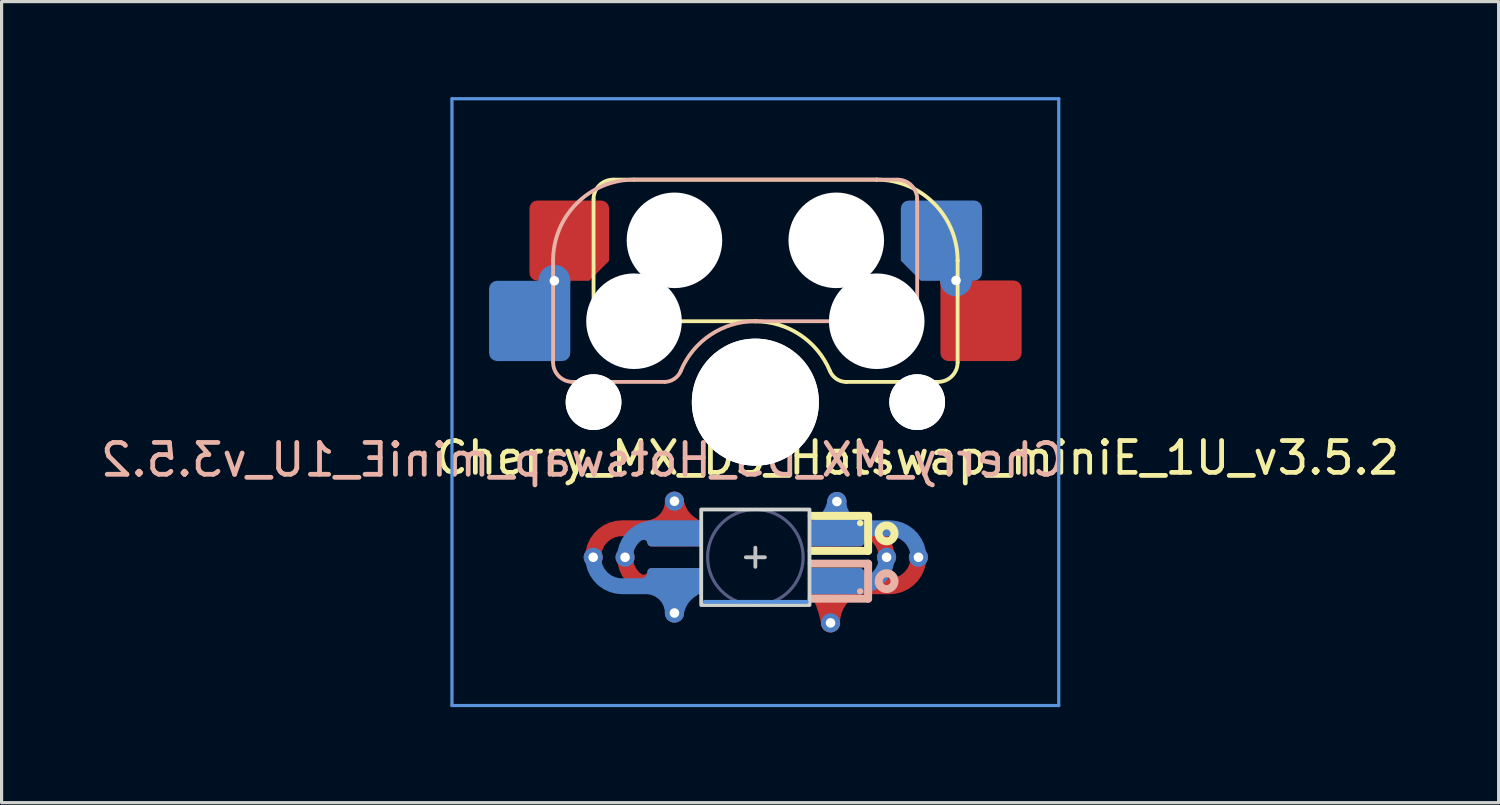
<source format=kicad_pcb>
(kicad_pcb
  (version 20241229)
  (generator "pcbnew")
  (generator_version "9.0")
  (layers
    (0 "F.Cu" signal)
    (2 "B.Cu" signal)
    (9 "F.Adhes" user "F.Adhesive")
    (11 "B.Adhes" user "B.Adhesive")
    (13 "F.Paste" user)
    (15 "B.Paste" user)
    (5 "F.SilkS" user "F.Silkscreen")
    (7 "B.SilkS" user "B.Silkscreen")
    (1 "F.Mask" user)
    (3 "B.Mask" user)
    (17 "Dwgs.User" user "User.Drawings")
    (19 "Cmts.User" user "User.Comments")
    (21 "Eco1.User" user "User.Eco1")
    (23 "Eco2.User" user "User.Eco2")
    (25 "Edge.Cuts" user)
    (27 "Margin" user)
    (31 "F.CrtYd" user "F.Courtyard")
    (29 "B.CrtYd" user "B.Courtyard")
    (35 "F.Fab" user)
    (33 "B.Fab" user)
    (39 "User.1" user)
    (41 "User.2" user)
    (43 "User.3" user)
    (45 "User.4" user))
  (footprint "Cherry_MX_DS_Hotswap_miniE_1U_v3.5.2"
    (layer "F.Cu")
    (at 20.664 9.575)
    (property "Reference" "Cherry_MX_DS_Hotswap_miniE_1U_v3.5.2" (at -5.42 1.81 0) (layer "B.SilkS") (effects (font (size 1 1) (thickness 0.15)) (justify mirror)))
    (attr through_hole)
    (fp_line (start -5.08 -6.36) (end -5.08 -2.54) (stroke (width 0.12) (type solid)) (layer "F.SilkS"))
    (fp_line (start -5.08 -2.54) (end -5.08 -2.54) (stroke (width 0.12) (type solid)) (layer "F.SilkS"))
    (fp_line (start -5.08 -2.54) (end -5.08 -2.54) (stroke (width 0.12) (type solid)) (layer "F.SilkS"))
    (fp_line (start -4.46 -6.985) (end 3.81 -6.985) (stroke (width 0.12) (type solid)) (layer "F.SilkS"))
    (fp_line (start 0 -2.54) (end -5.08 -2.54) (stroke (width 0.12) (type solid)) (layer "F.SilkS"))
    (fp_line (start 0 -2.54) (end 0 -2.54) (stroke (width 0.12) (type solid)) (layer "F.SilkS"))
    (fp_line (start 1.77 3.57) (end 3.54 3.57) (stroke (width 0.25) (type solid)) (layer "F.SilkS"))
    (fp_line (start 1.77 4.67) (end 3.54 4.67) (stroke (width 0.25) (type solid)) (layer "F.SilkS"))
    (fp_line (start 2.86 -0.635) (end 5.72 -0.635) (stroke (width 0.12) (type solid)) (layer "F.SilkS"))
    (fp_line (start 3.54 3.57) (end 3.54 4.67) (stroke (width 0.25) (type solid)) (layer "F.SilkS"))
    (fp_line (start 3.81 -6.985) (end 3.81 -6.985) (stroke (width 0.12) (type solid)) (layer "F.SilkS"))
    (fp_line (start 6.35 -4.445) (end 6.35 -4.445) (stroke (width 0.12) (type solid)) (layer "F.SilkS"))
    (fp_line (start 6.35 -1.25) (end 6.35 -4.445) (stroke (width 0.12) (type solid)) (layer "F.SilkS"))
    (fp_arc (start -5.08 -6.37) (mid -4.899871 -6.804871) (end -4.465 -6.985) (stroke (width 0.12) (type default)) (layer "F.SilkS"))
    (fp_arc (start 0 -2.536928) (mid 1.405313 -2.11213) (end 2.34 -0.98) (stroke (width 0.12) (type solid)) (layer "F.SilkS"))
    (fp_arc (start 2.859999 -0.633863) (mid 2.547381 -0.727883) (end 2.34 -0.98) (stroke (width 0.12) (type default)) (layer "F.SilkS"))
    (fp_arc (start 3.81 -6.985) (mid 5.606051 -6.241051) (end 6.35 -4.445) (stroke (width 0.12) (type solid)) (layer "F.SilkS"))
    (fp_arc (start 6.350129 -1.25) (mid 6.169985 -0.815144) (end 5.735129 -0.635) (stroke (width 0.12) (type default)) (layer "F.SilkS"))
    (fp_circle (center 3.29 3.798) (end 3.39 3.798) (stroke (width 0) (type solid)) (fill yes) (layer "F.SilkS"))
    (fp_circle (center 4.12 4.12) (end 4.37 4.12) (stroke (width 0.25) (type default)) (fill no) (layer "F.SilkS"))
    (fp_line (start -6.35 -4.445) (end -6.35 -4.445) (stroke (width 0.12) (type solid)) (layer "B.SilkS"))
    (fp_line (start -6.35 -4.445) (end -6.35 -1.26) (stroke (width 0.12) (type solid)) (layer "B.SilkS"))
    (fp_line (start -5.73 -0.635) (end -2.84 -0.635) (stroke (width 0.12) (type solid)) (layer "B.SilkS"))
    (fp_line (start -3.81 -6.985) (end -3.81 -6.985) (stroke (width 0.12) (type solid)) (layer "B.SilkS"))
    (fp_line (start -3.81 -6.985) (end 4.46 -6.985) (stroke (width 0.12) (type solid)) (layer "B.SilkS"))
    (fp_line (start 0 -2.54) (end 0 -2.54) (stroke (width 0.12) (type solid)) (layer "B.SilkS"))
    (fp_line (start 0 -2.54) (end 5.08 -2.54) (stroke (width 0.12) (type solid)) (layer "B.SilkS"))
    (fp_line (start 1.77 5.07) (end 3.54 5.07) (stroke (width 0.25) (type solid)) (layer "B.SilkS"))
    (fp_line (start 1.77 6.17) (end 3.54 6.17) (stroke (width 0.25) (type solid)) (layer "B.SilkS"))
    (fp_line (start 3.54 6.17) (end 3.54 5.07) (stroke (width 0.25) (type solid)) (layer "B.SilkS"))
    (fp_line (start 5.08 -6.37) (end 5.08 -2.54) (stroke (width 0.12) (type solid)) (layer "B.SilkS"))
    (fp_line (start 5.08 -2.54) (end 5.08 -2.54) (stroke (width 0.12) (type solid)) (layer "B.SilkS"))
    (fp_line (start 5.08 -2.54) (end 5.08 -2.54) (stroke (width 0.12) (type solid)) (layer "B.SilkS"))
    (fp_arc (start -6.35 -4.445) (mid -5.606051 -6.241051) (end -3.81 -6.985) (stroke (width 0.12) (type solid)) (layer "B.SilkS"))
    (fp_arc (start -5.735 -0.635) (mid -6.169871 -0.815129) (end -6.35 -1.25) (stroke (width 0.12) (type default)) (layer "B.SilkS"))
    (fp_arc (start -2.34 -0.983072) (mid -1.405313 -2.115202) (end 0 -2.54) (stroke (width 0.12) (type solid)) (layer "B.SilkS"))
    (fp_arc (start -2.34 -0.980845) (mid -2.539137 -0.734326) (end -2.840072 -0.635) (stroke (width 0.12) (type default)) (layer "B.SilkS"))
    (fp_arc (start 4.465129 -6.985) (mid 4.899999 -6.80487) (end 5.080129 -6.37) (stroke (width 0.12) (type default)) (layer "B.SilkS"))
    (fp_circle (center 3.29 5.942) (end 3.39 5.942) (stroke (width 0) (type solid)) (fill yes) (layer "B.SilkS"))
    (fp_circle (center 4.12 5.62) (end 4.37 5.62) (stroke (width 0.25) (type default)) (fill no) (layer "B.SilkS"))
    (fp_line (start -0.3 4.87) (end 0.3 4.87) (stroke (width 0.12) (type solid)) (layer "Dwgs.User"))
    (fp_line (start 0 4.57) (end 0 5.17) (stroke (width 0.12) (type solid)) (layer "Dwgs.User"))
    (fp_line (start -9.525 -9.525) (end -9.525 9.525) (stroke (width 0.1) (type solid)) (layer "Cmts.User"))
    (fp_line (start 1.61 6.27) (end -1.59 6.27) (stroke (width 0.12) (type solid)) (layer "Cmts.User"))
    (fp_line (start 9.525 -9.525) (end -9.525 -9.525) (stroke (width 0.1) (type solid)) (layer "Cmts.User"))
    (fp_line (start 9.525 -9.525) (end 9.525 9.525) (stroke (width 0.1) (type solid)) (layer "Cmts.User"))
    (fp_line (start 9.525 9.525) (end -9.525 9.525) (stroke (width 0.1) (type solid)) (layer "Cmts.User"))
    (fp_rect (start -1.7 3.37) (end 1.7 6.37) (stroke (width 0.12) (type default)) (fill no) (layer "Edge.Cuts"))
    (fp_circle (center 0 4.87) (end 0 6.37) (stroke (width 0.1) (type solid)) (fill no) (layer "B.Fab"))
    (fp_rect (start 7 -7) (end -7 7) (stroke (width 0.12) (type default)) (fill no) (layer "User.4"))
    (fp_text user "${REFERENCE}" (at 5.09 1.75 0) (layer "F.SilkS") (effects (font (size 1 1) (thickness 0.15))))
    (pad "" np_thru_hole circle (at -5.08 0) (size 1.75 1.75) (drill 1.75) (layers "*.Cu" "*.Mask"))
    (pad "" np_thru_hole circle (at -5.08 0) (size 1.75 1.75) (drill 1.75) (layers "*.Cu" "*.Mask"))
    (pad "" np_thru_hole circle (at -3.81 -2.54) (size 3 3) (drill 3) (layers "*.Cu" "*.Mask"))
    (pad "" np_thru_hole circle (at -2.54 -5.08) (size 3 3) (drill 3) (layers "*.Cu" "*.Mask"))
    (pad "" np_thru_hole circle (at 0 0) (size 3.988 3.988) (drill 3.988) (layers "*.Cu" "*.Mask"))
    (pad "" np_thru_hole circle (at 0 0) (size 3.988 3.988) (drill 3.988) (layers "*.Cu" "*.Mask"))
    (pad "" np_thru_hole circle (at 2.54 -5.08) (size 3 3) (drill 3) (layers "*.Cu" "*.Mask"))
    (pad "" np_thru_hole circle (at 3.81 -2.54) (size 3 3) (drill 3) (layers "*.Cu" "*.Mask"))
    (pad "" np_thru_hole circle (at 5.08 0) (size 1.75 1.75) (drill 1.75) (layers "*.Cu" "*.Mask"))
    (pad "" np_thru_hole circle (at 5.08 0) (size 1.75 1.75) (drill 1.75) (layers "*.Cu" "*.Mask"))
    (pad "1" thru_hole circle (at -4.09 4.87) (size 0.6 0.6) (drill 0.3) (layers "*.Cu"))
    (pad "1" smd custom (at -2.54 4.12 180) (size 0.82 0.82) (layers "B.Cu" "B.Mask" "B.Paste") (options (anchor circle)) (primitives (gr_poly (pts (xy -0.85 -0.41) (xy 0.727 -0.41) (xy 0.774 -0.401) (xy 0.814 -0.374) (xy 0.841 -0.334) (xy 0.85 -0.287) (xy 0.85 0.287) (xy 0.841 0.334) (xy 0.814 0.374) (xy 0.774 0.401) (xy 0.727 0.41) (xy -0.85 0.41)) (width 0) (fill yes)) (gr_arc (start 1.088917 -0.176284) (mid 0.899992 -0.139997) (end 0.778482 -0.289144) (width 0.15)) (gr_arc (start 1.55 -0.750001) (mid 1.283467 -0.106534) (end 0.64 0.159999) (width 0.5))))
    (pad "1" smd custom (at -2.54 5.62) (size 0.82 0.82) (layers "F.Cu" "F.Mask" "F.Paste") (options (anchor circle)) (primitives (gr_poly (pts (xy -0.85 -0.287) (xy -0.841 -0.334) (xy -0.814 -0.374) (xy -0.774 -0.401) (xy -0.727 -0.41) (xy 0.85 -0.41) (xy 0.85 0.41) (xy -0.727 0.41) (xy -0.774 0.401) (xy -0.814 0.374) (xy -0.841 0.334) (xy -0.85 0.287)) (width 0) (fill yes)) (gr_arc (start -0.64 0.160001) (mid -1.283467 -0.106532) (end -1.55 -0.749999) (width 0.5)) (gr_arc (start -0.769995 -0.294264) (mid -0.902744 -0.14) (end -1.101823 -0.182277) (width 0.15))))
    (pad "2" thru_hole circle (at -5.09 4.87) (size 0.6 0.6) (drill 0.3) (layers "*.Cu"))
    (pad "2" thru_hole circle (at -2.54 3.11) (size 0.6 0.6) (drill 0.3) (layers "*.Cu"))
    (pad "2" smd custom (at -2.54 4.12) (size 0.82 0.82) (layers "F.Cu" "F.Mask" "F.Paste") (options (anchor circle)) (primitives (gr_poly (pts (xy -0.85 -0.287) (xy -0.841 -0.334) (xy -0.814 -0.374) (xy -0.774 -0.401) (xy -0.727 -0.41) (xy 0.85 -0.41) (xy 0.85 0.41) (xy -0.727 0.41) (xy -0.774 0.401) (xy -0.814 0.374) (xy -0.841 0.334) (xy -0.85 0.287)) (width 0) (fill yes)) (gr_arc (start 0.529437 -0.217237) (mid 0.175238 -0.554468) (end -0.00273 -1.01) (width 0.6)) (gr_arc (start 0 -1.01) (mid -0.216769 -0.423944) (end -0.762727 -0.120001) (width 0.6)) (gr_arc (start -1.045909 0.015921) (mid -0.854994 0.095) (end -0.775915 0.285915) (width 0.15)) (gr_line (start 0 -1.01) (end 0 0) (width 0.6)) (gr_line (start -1.643 -0.16) (end -0.353 -0.16) (width 0.5)) (gr_arc (start -2.552733 0.750001) (mid -2.2862 0.106534) (end -1.642733 -0.159999) (width 0.5))))
    (pad "2" smd custom (at -2.54 5.62 180) (size 0.82 0.82) (layers "B.Cu" "B.Mask" "B.Paste") (options (anchor circle)) (primitives (gr_poly (pts (xy -0.85 -0.41) (xy 0.727 -0.41) (xy 0.774 -0.401) (xy 0.814 -0.374) (xy 0.841 -0.334) (xy 0.85 -0.287) (xy 0.85 0.287) (xy 0.841 0.334) (xy 0.814 0.374) (xy 0.774 0.401) (xy 0.727 0.41) (xy -0.85 0.41)) (width 0) (fill yes)) (gr_line (start 1.64 -0.16) (end -0.14 -0.16) (width 0.5)) (gr_arc (start 1.639999 -0.160001) (mid 2.283467 0.106531) (end 2.550001 0.749999) (width 0.5)) (gr_arc (start 0.775 0.285915) (mid 0.854078 0.094999) (end 1.044994 0.01592) (width 0.15)) (gr_line (start 0 -1) (end 0 0.01) (width 0.6)) (gr_arc (start 0.755097 -0.12221) (mid 0.21656 -0.42195) (end 0.00273 -1) (width 0.6)) (gr_arc (start 0.00273 -1) (mid -0.175237 -0.544468) (end -0.529437 -0.207237) (width 0.6))))
    (pad "2" thru_hole circle (at -2.54 6.62) (size 0.6 0.6) (drill 0.3) (layers "*.Cu"))
    (pad "3" smd custom (at 2.56 4.12) (size 0.82 0.82) (layers "F.Cu") (options (anchor circle)) (primitives (gr_rect (start -0.85 -0.41) (end 0 0.41) (width 0) (fill yes)) (gr_line (start 0.65 -0.16) (end 0.15 -0.16) (width 0.5)) (gr_arc (start 0.65 -0.16) (mid 1.29347 0.10653) (end 1.56 0.75) (width 0.5)) (gr_arc (start 0.770007 0.310654) (mid 0.893184 0.135381) (end 1.105632 0.162936) (width 0.15))))
    (pad "3" smd roundrect (at 2.56 4.12) (size 1.7 0.82) (layers "F.Cu" "F.Mask" "F.Paste") (roundrect_rratio 0.15) (chamfer_ratio 0.5) (chamfer top_right))
    (pad "3" smd custom (at 2.56 5.62 180) (size 0.82 0.82) (layers "B.Cu") (options (anchor circle)) (primitives (gr_rect (start 0 -0.41) (end 0.85 0.41) (width 0) (fill yes)) (gr_line (start -0.65 -0.16) (end -0.12 -0.16) (width 0.5)) (gr_arc (start -1.56 0.75) (mid -1.293466 0.106534) (end -0.65 -0.16) (width 0.5)) (gr_arc (start -1.121789 0.183381) (mid -0.909927 0.133184) (end -0.770007 0.3) (width 0.15))))
    (pad "3" smd roundrect (at 2.56 5.62 180) (size 1.7 0.82) (layers "B.Cu" "B.Mask" "B.Paste") (roundrect_rratio 0.15) (chamfer_ratio 0.5) (chamfer top_left))
    (pad "3" thru_hole circle (at 4.12 4.87) (size 0.6 0.6) (drill 0.3) (layers "*.Cu"))
    (pad "4" thru_hole circle (at 2.36 6.93) (size 0.6 0.6) (drill 0.3) (layers "*.Cu"))
    (pad "4" thru_hole circle (at 2.56 3.12) (size 0.6 0.6) (drill 0.3) (layers "*.Cu"))
    (pad "4" smd custom (at 2.56 4.12 180) (size 0.82 0.82) (layers "B.Cu" "B.Mask" "B.Paste") (options (anchor circle)) (primitives (gr_arc (start -0.70603 0.100001) (mid -0.197569 0.428057) (end 0 1) (width 0.6)) (gr_arc (start 0 1) (mid 0.187314 0.527589) (end 0.560627 0.182775) (width 0.6)) (gr_line (start 0 1) (end 0 -0.01) (width 0.6)) (gr_line (start -1.65 0.16) (end -0.36 0.16) (width 0.5)) (gr_arc (start -1.65 0.16) (mid -2.29347 -0.10653) (end -2.56 -0.75) (width 0.5)) (gr_arc (start -0.775927 -0.285915) (mid -0.855002 -0.094996) (end -1.045921 -0.015921) (width 0.15)) (gr_poly (pts (xy -0.85 -0.287) (xy -0.841 -0.334) (xy -0.814 -0.374) (xy -0.774 -0.401) (xy -0.727 -0.41) (xy 0.85 -0.41) (xy 0.85 0.41) (xy -0.727 0.41) (xy -0.774 0.401) (xy -0.814 0.374) (xy -0.841 0.334) (xy -0.85 0.287)) (width 0) (fill yes))))
    (pad "4" smd custom (at 2.56 5.62) (size 0.82 0.82) (layers "F.Cu" "F.Mask" "F.Paste") (options (anchor circle)) (primitives (gr_poly (pts (xy -0.85 -0.41) (xy 0.727 -0.41) (xy 0.774 -0.401) (xy 0.814 -0.374) (xy 0.841 -0.334) (xy 0.85 -0.287) (xy 0.85 0.287) (xy 0.841 0.334) (xy 0.814 0.374) (xy 0.774 0.401) (xy 0.727 0.41) (xy -0.85 0.41)) (width 0) (fill yes)) (gr_arc (start 1.045921 -0.015921) (mid 0.854998 -0.094994) (end 0.775921 -0.285915) (width 0.15)) (gr_arc (start -0.2 1.31) (mid 0.05479 0.551225) (end 0.715891 0.1) (width 0.6)) (gr_arc (start -0.551942 0.290302) (mid -0.330313 0.784392) (end -0.2 1.31) (width 0.6)) (gr_line (start 1.65 0.16) (end 0.36 0.16) (width 0.5)) (gr_arc (start 2.56 -0.75) (mid 2.293466 -0.106534) (end 1.65 0.16) (width 0.5)) (gr_line (start -0.2 0) (end -0.2 1.31) (width 0.6))))
    (pad "4" thru_hole circle (at 5.12 4.87) (size 0.6 0.6) (drill 0.3) (layers "*.Cu"))
    (pad "5" smd roundrect (at 5.842 -5.07) (size 2.55 2.52) (layers "B.Cu" "B.Mask" "B.Paste") (roundrect_rratio 0.1) (chamfer_ratio 0.25) (chamfer bottom_left))
    (pad "5" thru_hole circle (at 6.3 -3.82) (size 1 1) (drill 0.3) (layers "*.Cu"))
    (pad "5" smd roundrect (at 7.085 -2.555) (size 2.55 2.53) (layers "F.Cu" "F.Mask" "F.Paste") (roundrect_rratio 0.1) (chamfer_ratio 0) (chamfer top_left))
    (pad "6" smd roundrect (at -7.085 -2.55) (size 2.55 2.52) (layers "B.Cu" "B.Mask" "B.Paste") (roundrect_rratio 0.1) (chamfer_ratio 0) (chamfer top_right))
    (pad "6" thru_hole circle (at -6.31 -3.81) (size 1 1) (drill 0.3) (layers "*.Cu"))
    (pad "6" smd roundrect (at -5.842 -5.07) (size 2.5 2.52) (layers "F.Cu" "F.Mask" "F.Paste") (roundrect_rratio 0.1) (chamfer_ratio 0.25) (chamfer bottom_right)))
  (gr_rect
    (start -3 -3)
    (end 43.998 22.15)
    (stroke (width 0.1) (type default))
    (fill no)
    (layer "Edge.Cuts")))
</source>
